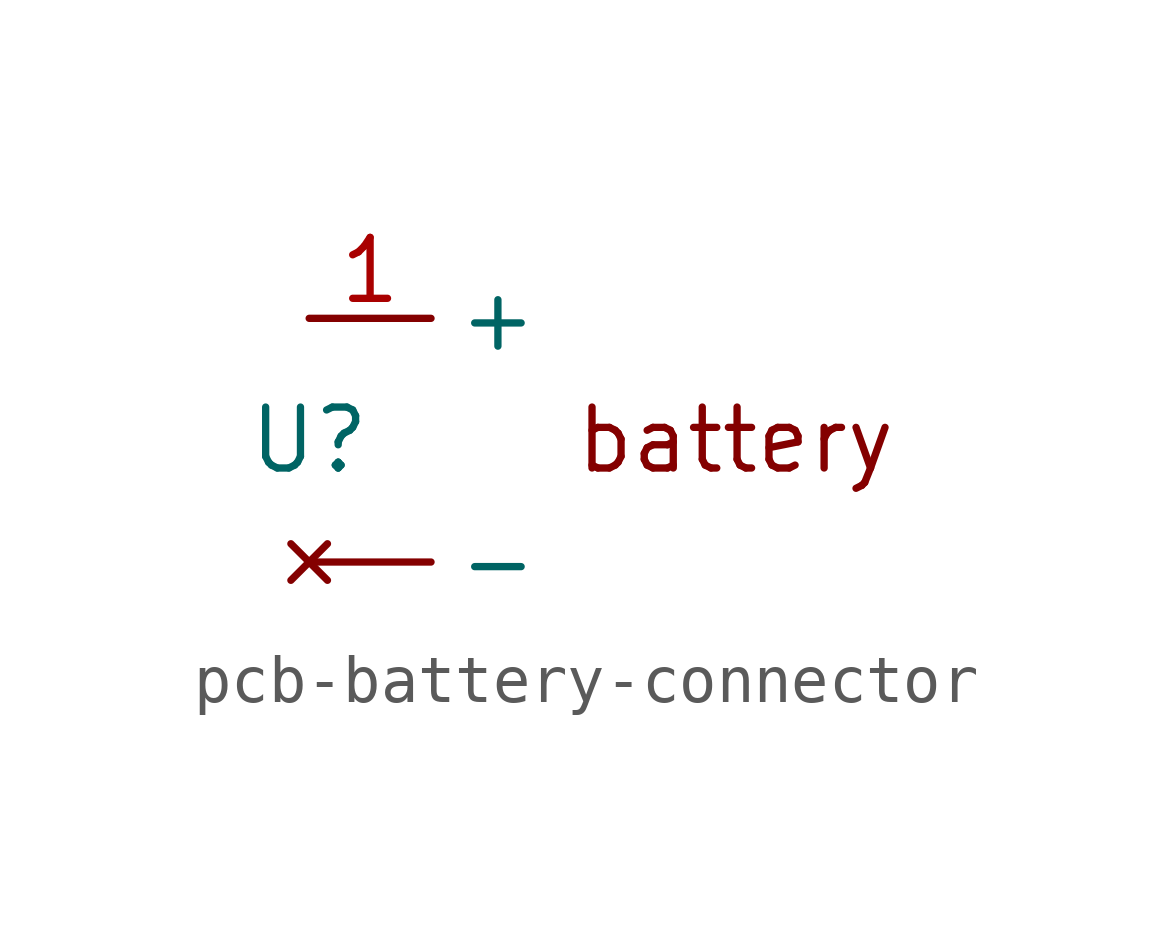
<source format=kicad_sym>
(kicad_symbol_lib
  (version 20220914)
  (generator kicad_symbol_editor)
  (symbol "pcb-battery-connector"
    (property "Reference" "U"
      (at 0 0 0)
      (effects (font (size 1.27 1.27))))
    (property "Value" ""
      (at 0 0 0)
      (effects (font (size 1.27 1.27))))
    (symbol "pcb-battery-connector_1_1"
      (text "battery" (at 8.89 0 0) (effects (font (size 1.27 1.27))))
      (pin no_connect line (at 0 -2.54 0) (length 2.54) (name "-" (effects (font (size 1.27 1.27)))) (number "" (effects (font (size 1.27 1.27)))))
      (pin bidirectional line (at 0 2.54 0) (length 2.54) (name "+" (effects (font (size 1.27 1.27)))) (number "1" (effects (font (size 1.27 1.27))))))))
</source>
